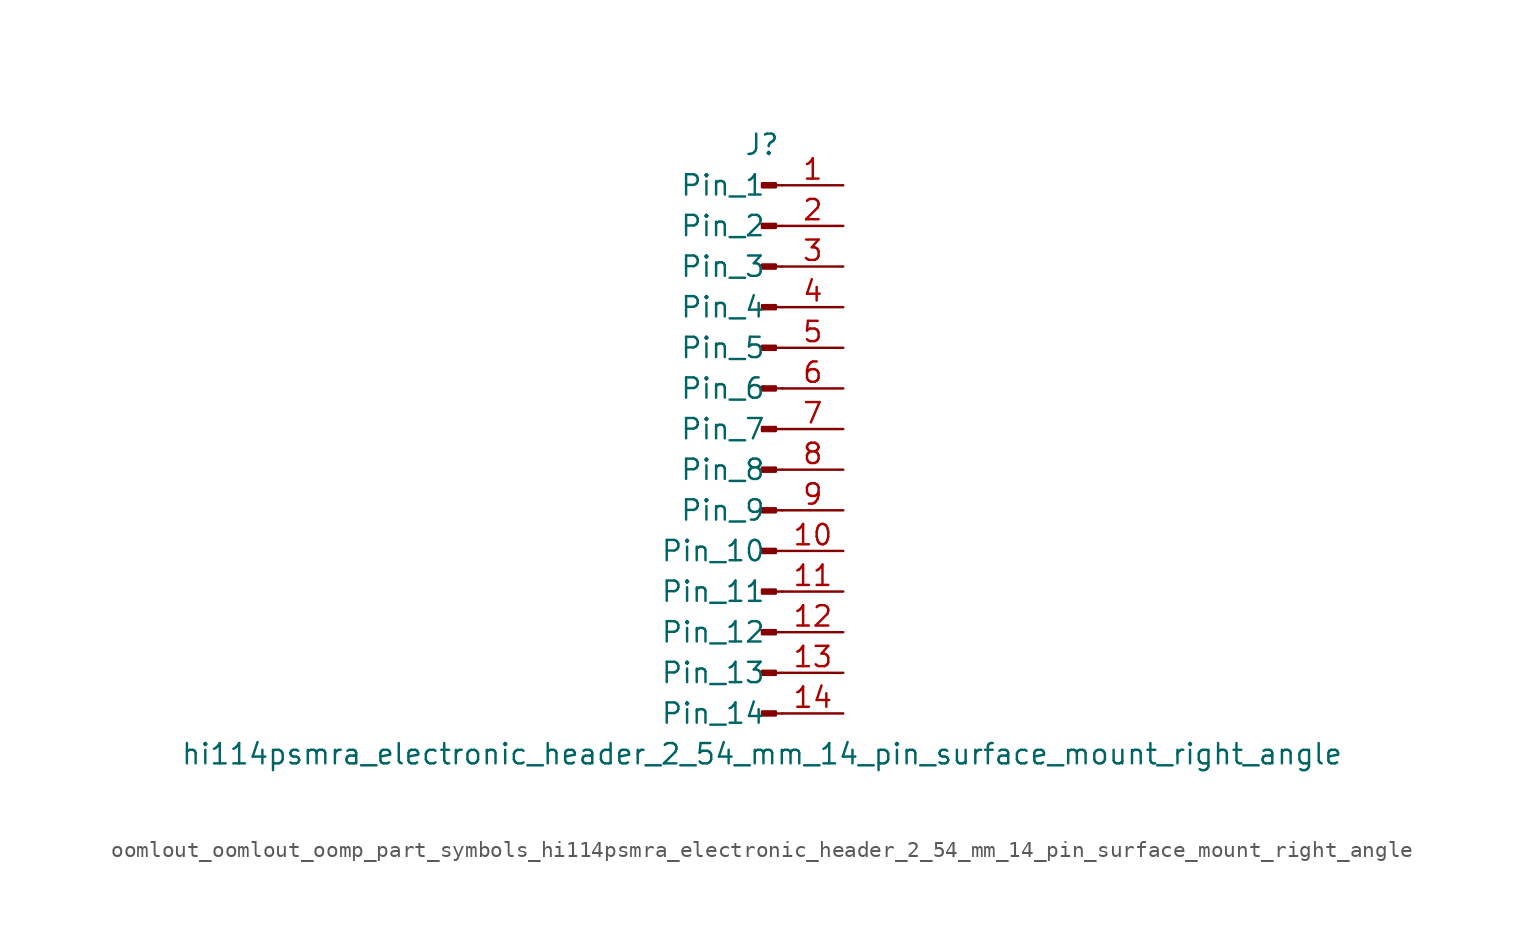
<source format=kicad_sym>
(kicad_symbol_lib
  (version 20220914)
  (generator kicad_symbol_editor)
  (symbol "oomlout_oomlout_oomp_part_symbols_hi114psmra_electronic_header_2_54_mm_14_pin_surface_mount_right_angle"
    (pin_names
      (offset 1.016))
    (property "Reference" "J"
      (at 0 17.78 0)
      (effects (font (size 1.27 1.27))))
    (property "Value" "hi114psmra_electronic_header_2_54_mm_14_pin_surface_mount_right_angle"
      (at 0 -20.32 0)
      (effects (font (size 1.27 1.27))))
    (property "ki_locked" ""
      (at 0 0 0)
      (effects (font (size 1.27 1.27))))
    (symbol "oomlout_oomlout_oomp_part_symbols_hi114psmra_electronic_header_2_54_mm_14_pin_surface_mount_right_angle_1_1"
      (polyline (pts (xy 1.27 -17.78) (xy 0.864 -17.78)) (stroke (width 0.152) (type default)) (fill (type none)))
      (polyline (pts (xy 1.27 -15.24) (xy 0.864 -15.24)) (stroke (width 0.152) (type default)) (fill (type none)))
      (polyline (pts (xy 1.27 -12.7) (xy 0.864 -12.7)) (stroke (width 0.152) (type default)) (fill (type none)))
      (polyline (pts (xy 1.27 -10.16) (xy 0.864 -10.16)) (stroke (width 0.152) (type default)) (fill (type none)))
      (polyline (pts (xy 1.27 -7.62) (xy 0.864 -7.62)) (stroke (width 0.152) (type default)) (fill (type none)))
      (polyline (pts (xy 1.27 -5.08) (xy 0.864 -5.08)) (stroke (width 0.152) (type default)) (fill (type none)))
      (polyline (pts (xy 1.27 -2.54) (xy 0.864 -2.54)) (stroke (width 0.152) (type default)) (fill (type none)))
      (polyline (pts (xy 1.27 0) (xy 0.864 0)) (stroke (width 0.152) (type default)) (fill (type none)))
      (polyline (pts (xy 1.27 2.54) (xy 0.864 2.54)) (stroke (width 0.152) (type default)) (fill (type none)))
      (polyline (pts (xy 1.27 5.08) (xy 0.864 5.08)) (stroke (width 0.152) (type default)) (fill (type none)))
      (polyline (pts (xy 1.27 7.62) (xy 0.864 7.62)) (stroke (width 0.152) (type default)) (fill (type none)))
      (polyline (pts (xy 1.27 10.16) (xy 0.864 10.16)) (stroke (width 0.152) (type default)) (fill (type none)))
      (polyline (pts (xy 1.27 12.7) (xy 0.864 12.7)) (stroke (width 0.152) (type default)) (fill (type none)))
      (polyline (pts (xy 1.27 15.24) (xy 0.864 15.24)) (stroke (width 0.152) (type default)) (fill (type none)))
      (rectangle (start 0.864 -17.653) (end 0 -17.907) (stroke (width 0.152) (type default)) (fill (type outline)))
      (rectangle (start 0.864 -15.113) (end 0 -15.367) (stroke (width 0.152) (type default)) (fill (type outline)))
      (rectangle (start 0.864 -12.573) (end 0 -12.827) (stroke (width 0.152) (type default)) (fill (type outline)))
      (rectangle (start 0.864 -10.033) (end 0 -10.287) (stroke (width 0.152) (type default)) (fill (type outline)))
      (rectangle (start 0.864 -7.493) (end 0 -7.747) (stroke (width 0.152) (type default)) (fill (type outline)))
      (rectangle (start 0.864 -4.953) (end 0 -5.207) (stroke (width 0.152) (type default)) (fill (type outline)))
      (rectangle (start 0.864 -2.413) (end 0 -2.667) (stroke (width 0.152) (type default)) (fill (type outline)))
      (rectangle (start 0.864 0.127) (end 0 -0.127) (stroke (width 0.152) (type default)) (fill (type outline)))
      (rectangle (start 0.864 2.667) (end 0 2.413) (stroke (width 0.152) (type default)) (fill (type outline)))
      (rectangle (start 0.864 5.207) (end 0 4.953) (stroke (width 0.152) (type default)) (fill (type outline)))
      (rectangle (start 0.864 7.747) (end 0 7.493) (stroke (width 0.152) (type default)) (fill (type outline)))
      (rectangle (start 0.864 10.287) (end 0 10.033) (stroke (width 0.152) (type default)) (fill (type outline)))
      (rectangle (start 0.864 12.827) (end 0 12.573) (stroke (width 0.152) (type default)) (fill (type outline)))
      (rectangle (start 0.864 15.367) (end 0 15.113) (stroke (width 0.152) (type default)) (fill (type outline)))
      (pin passive line (at 5.08 15.24 180) (length 3.81) (name "Pin_1" (effects (font (size 1.27 1.27)))) (number "1" (effects (font (size 1.27 1.27)))))
      (pin passive line (at 5.08 -7.62 180) (length 3.81) (name "Pin_10" (effects (font (size 1.27 1.27)))) (number "10" (effects (font (size 1.27 1.27)))))
      (pin passive line (at 5.08 -10.16 180) (length 3.81) (name "Pin_11" (effects (font (size 1.27 1.27)))) (number "11" (effects (font (size 1.27 1.27)))))
      (pin passive line (at 5.08 -12.7 180) (length 3.81) (name "Pin_12" (effects (font (size 1.27 1.27)))) (number "12" (effects (font (size 1.27 1.27)))))
      (pin passive line (at 5.08 -15.24 180) (length 3.81) (name "Pin_13" (effects (font (size 1.27 1.27)))) (number "13" (effects (font (size 1.27 1.27)))))
      (pin passive line (at 5.08 -17.78 180) (length 3.81) (name "Pin_14" (effects (font (size 1.27 1.27)))) (number "14" (effects (font (size 1.27 1.27)))))
      (pin passive line (at 5.08 12.7 180) (length 3.81) (name "Pin_2" (effects (font (size 1.27 1.27)))) (number "2" (effects (font (size 1.27 1.27)))))
      (pin passive line (at 5.08 10.16 180) (length 3.81) (name "Pin_3" (effects (font (size 1.27 1.27)))) (number "3" (effects (font (size 1.27 1.27)))))
      (pin passive line (at 5.08 7.62 180) (length 3.81) (name "Pin_4" (effects (font (size 1.27 1.27)))) (number "4" (effects (font (size 1.27 1.27)))))
      (pin passive line (at 5.08 5.08 180) (length 3.81) (name "Pin_5" (effects (font (size 1.27 1.27)))) (number "5" (effects (font (size 1.27 1.27)))))
      (pin passive line (at 5.08 2.54 180) (length 3.81) (name "Pin_6" (effects (font (size 1.27 1.27)))) (number "6" (effects (font (size 1.27 1.27)))))
      (pin passive line (at 5.08 0 180) (length 3.81) (name "Pin_7" (effects (font (size 1.27 1.27)))) (number "7" (effects (font (size 1.27 1.27)))))
      (pin passive line (at 5.08 -2.54 180) (length 3.81) (name "Pin_8" (effects (font (size 1.27 1.27)))) (number "8" (effects (font (size 1.27 1.27)))))
      (pin passive line (at 5.08 -5.08 180) (length 3.81) (name "Pin_9" (effects (font (size 1.27 1.27)))) (number "9" (effects (font (size 1.27 1.27))))))))
</source>
